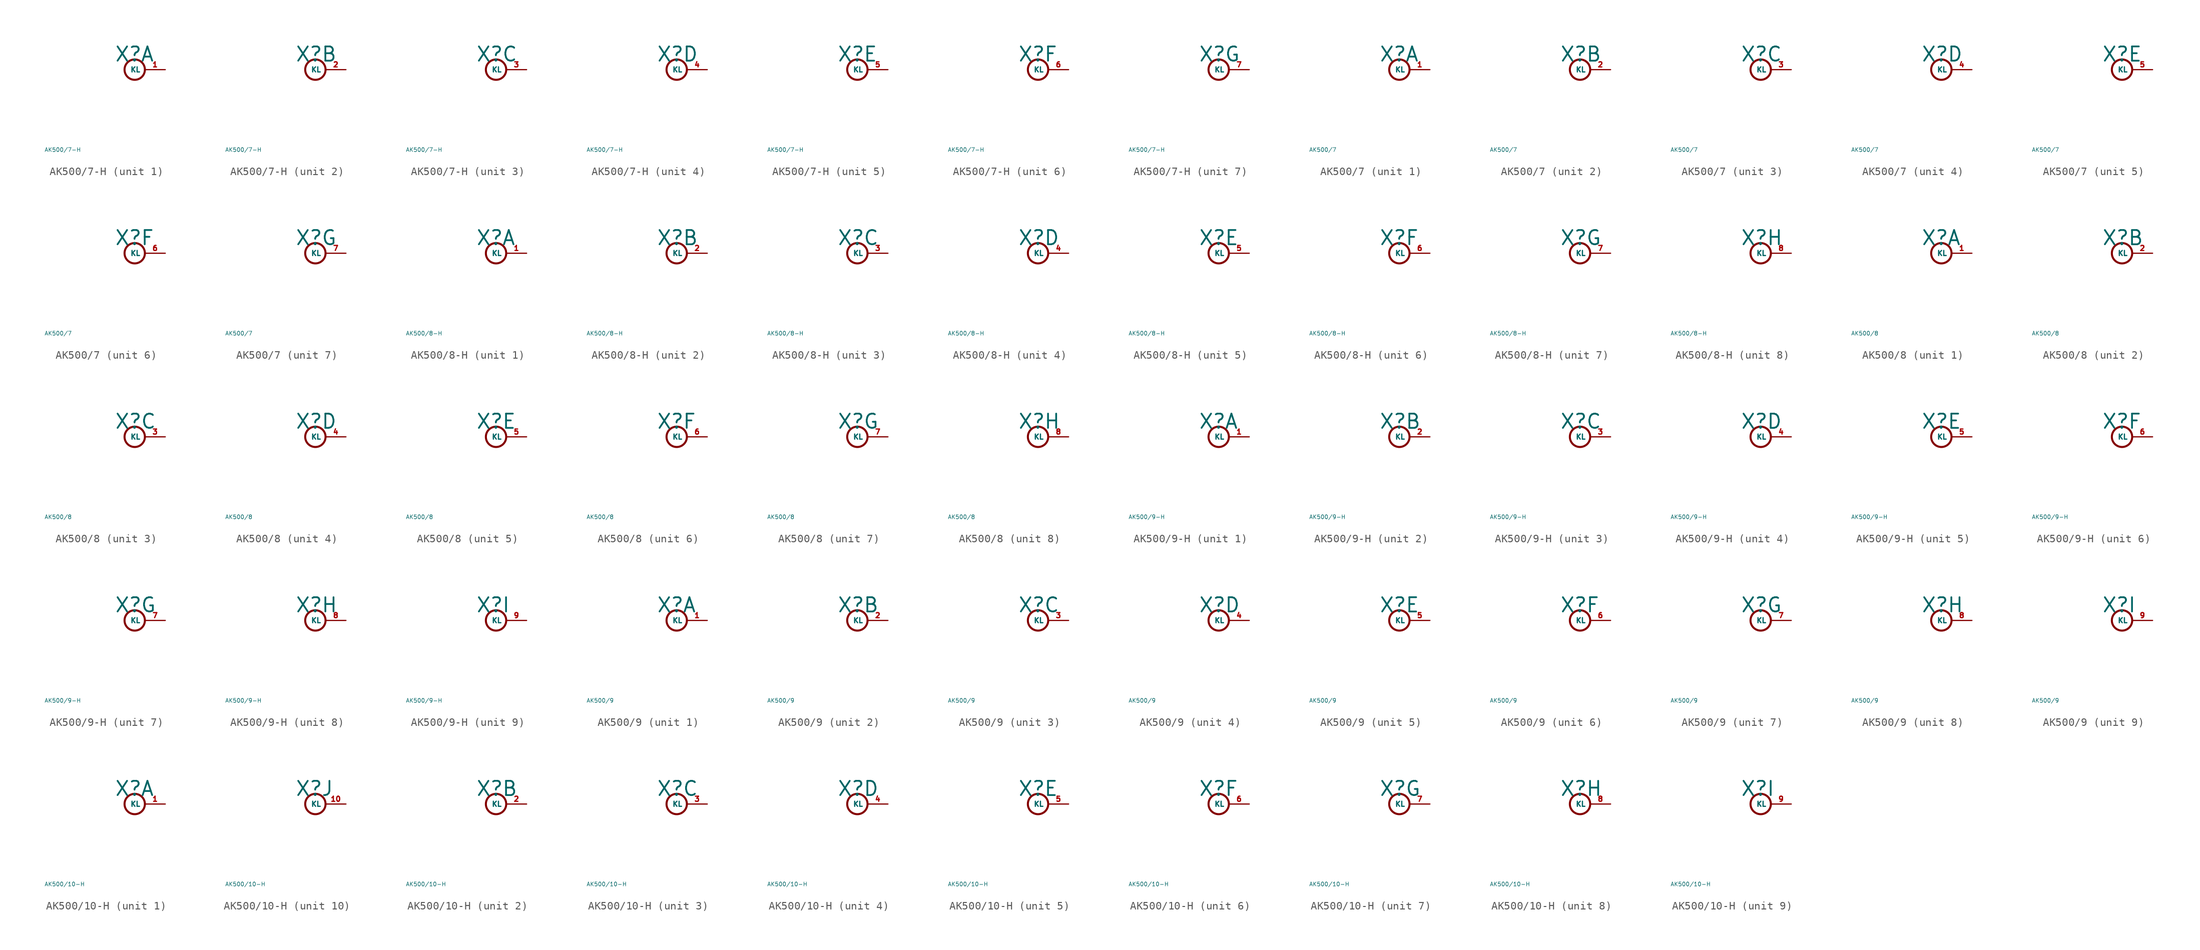
<source format=kicad_sym>
(kicad_symbol_lib
  (version 20220914)
  (generator Eagle2Kicad)
  (symbol "AK500/7-H"
    (property "Reference" "X"
      (at -1.27 0.889 0)
      (effects (font (size 1.778 1.778) (thickness 0.22)) (justify left bottom)))
    (property "Value" "AK500/7-H"
      (at -10 -10 0)
      (effects (font (size 0.5 0.5) (thickness 0.06)) (justify left)))
    (symbol "AK500/7-H_1_0"
      (circle (center 1.27 0) (radius 1.27) (stroke (width 0.254) (type default)) (fill (type none)))
      (pin passive line (at 5.08 0 180) (length 2.54) (name "KL" (effects (font (size 0.635 0.635) (thickness 0.08)) (justify left bottom))) (number "1" (effects (font (size 0.635 0.635) (thickness 0.08)) (justify left bottom)))))
    (symbol "AK500/7-H_2_0"
      (circle (center 1.27 0) (radius 1.27) (stroke (width 0.254) (type default)) (fill (type none)))
      (pin passive line (at 5.08 0 180) (length 2.54) (name "KL" (effects (font (size 0.635 0.635) (thickness 0.08)) (justify left bottom))) (number "2" (effects (font (size 0.635 0.635) (thickness 0.08)) (justify left bottom)))))
    (symbol "AK500/7-H_3_0"
      (circle (center 1.27 0) (radius 1.27) (stroke (width 0.254) (type default)) (fill (type none)))
      (pin passive line (at 5.08 0 180) (length 2.54) (name "KL" (effects (font (size 0.635 0.635) (thickness 0.08)) (justify left bottom))) (number "3" (effects (font (size 0.635 0.635) (thickness 0.08)) (justify left bottom)))))
    (symbol "AK500/7-H_4_0"
      (circle (center 1.27 0) (radius 1.27) (stroke (width 0.254) (type default)) (fill (type none)))
      (pin passive line (at 5.08 0 180) (length 2.54) (name "KL" (effects (font (size 0.635 0.635) (thickness 0.08)) (justify left bottom))) (number "4" (effects (font (size 0.635 0.635) (thickness 0.08)) (justify left bottom)))))
    (symbol "AK500/7-H_5_0"
      (circle (center 1.27 0) (radius 1.27) (stroke (width 0.254) (type default)) (fill (type none)))
      (pin passive line (at 5.08 0 180) (length 2.54) (name "KL" (effects (font (size 0.635 0.635) (thickness 0.08)) (justify left bottom))) (number "5" (effects (font (size 0.635 0.635) (thickness 0.08)) (justify left bottom)))))
    (symbol "AK500/7-H_6_0"
      (circle (center 1.27 0) (radius 1.27) (stroke (width 0.254) (type default)) (fill (type none)))
      (pin passive line (at 5.08 0 180) (length 2.54) (name "KL" (effects (font (size 0.635 0.635) (thickness 0.08)) (justify left bottom))) (number "6" (effects (font (size 0.635 0.635) (thickness 0.08)) (justify left bottom)))))
    (symbol "AK500/7-H_7_0"
      (circle (center 1.27 0) (radius 1.27) (stroke (width 0.254) (type default)) (fill (type none)))
      (pin passive line (at 5.08 0 180) (length 2.54) (name "KL" (effects (font (size 0.635 0.635) (thickness 0.08)) (justify left bottom))) (number "7" (effects (font (size 0.635 0.635) (thickness 0.08)) (justify left bottom))))))
  (symbol "AK500/7"
    (property "Reference" "X"
      (at -1.27 0.889 0)
      (effects (font (size 1.778 1.778) (thickness 0.22)) (justify left bottom)))
    (property "Value" "AK500/7"
      (at -10 -10 0)
      (effects (font (size 0.5 0.5) (thickness 0.06)) (justify left)))
    (symbol "AK500/7_1_0"
      (circle (center 1.27 0) (radius 1.27) (stroke (width 0.254) (type default)) (fill (type none)))
      (pin passive line (at 5.08 0 180) (length 2.54) (name "KL" (effects (font (size 0.635 0.635) (thickness 0.08)) (justify left bottom))) (number "1" (effects (font (size 0.635 0.635) (thickness 0.08)) (justify left bottom)))))
    (symbol "AK500/7_2_0"
      (circle (center 1.27 0) (radius 1.27) (stroke (width 0.254) (type default)) (fill (type none)))
      (pin passive line (at 5.08 0 180) (length 2.54) (name "KL" (effects (font (size 0.635 0.635) (thickness 0.08)) (justify left bottom))) (number "2" (effects (font (size 0.635 0.635) (thickness 0.08)) (justify left bottom)))))
    (symbol "AK500/7_3_0"
      (circle (center 1.27 0) (radius 1.27) (stroke (width 0.254) (type default)) (fill (type none)))
      (pin passive line (at 5.08 0 180) (length 2.54) (name "KL" (effects (font (size 0.635 0.635) (thickness 0.08)) (justify left bottom))) (number "3" (effects (font (size 0.635 0.635) (thickness 0.08)) (justify left bottom)))))
    (symbol "AK500/7_4_0"
      (circle (center 1.27 0) (radius 1.27) (stroke (width 0.254) (type default)) (fill (type none)))
      (pin passive line (at 5.08 0 180) (length 2.54) (name "KL" (effects (font (size 0.635 0.635) (thickness 0.08)) (justify left bottom))) (number "4" (effects (font (size 0.635 0.635) (thickness 0.08)) (justify left bottom)))))
    (symbol "AK500/7_5_0"
      (circle (center 1.27 0) (radius 1.27) (stroke (width 0.254) (type default)) (fill (type none)))
      (pin passive line (at 5.08 0 180) (length 2.54) (name "KL" (effects (font (size 0.635 0.635) (thickness 0.08)) (justify left bottom))) (number "5" (effects (font (size 0.635 0.635) (thickness 0.08)) (justify left bottom)))))
    (symbol "AK500/7_6_0"
      (circle (center 1.27 0) (radius 1.27) (stroke (width 0.254) (type default)) (fill (type none)))
      (pin passive line (at 5.08 0 180) (length 2.54) (name "KL" (effects (font (size 0.635 0.635) (thickness 0.08)) (justify left bottom))) (number "6" (effects (font (size 0.635 0.635) (thickness 0.08)) (justify left bottom)))))
    (symbol "AK500/7_7_0"
      (circle (center 1.27 0) (radius 1.27) (stroke (width 0.254) (type default)) (fill (type none)))
      (pin passive line (at 5.08 0 180) (length 2.54) (name "KL" (effects (font (size 0.635 0.635) (thickness 0.08)) (justify left bottom))) (number "7" (effects (font (size 0.635 0.635) (thickness 0.08)) (justify left bottom))))))
  (symbol "AK500/8-H"
    (property "Reference" "X"
      (at -1.27 0.889 0)
      (effects (font (size 1.778 1.778) (thickness 0.22)) (justify left bottom)))
    (property "Value" "AK500/8-H"
      (at -10 -10 0)
      (effects (font (size 0.5 0.5) (thickness 0.06)) (justify left)))
    (symbol "AK500/8-H_1_0"
      (circle (center 1.27 0) (radius 1.27) (stroke (width 0.254) (type default)) (fill (type none)))
      (pin passive line (at 5.08 0 180) (length 2.54) (name "KL" (effects (font (size 0.635 0.635) (thickness 0.08)) (justify left bottom))) (number "1" (effects (font (size 0.635 0.635) (thickness 0.08)) (justify left bottom)))))
    (symbol "AK500/8-H_2_0"
      (circle (center 1.27 0) (radius 1.27) (stroke (width 0.254) (type default)) (fill (type none)))
      (pin passive line (at 5.08 0 180) (length 2.54) (name "KL" (effects (font (size 0.635 0.635) (thickness 0.08)) (justify left bottom))) (number "2" (effects (font (size 0.635 0.635) (thickness 0.08)) (justify left bottom)))))
    (symbol "AK500/8-H_3_0"
      (circle (center 1.27 0) (radius 1.27) (stroke (width 0.254) (type default)) (fill (type none)))
      (pin passive line (at 5.08 0 180) (length 2.54) (name "KL" (effects (font (size 0.635 0.635) (thickness 0.08)) (justify left bottom))) (number "3" (effects (font (size 0.635 0.635) (thickness 0.08)) (justify left bottom)))))
    (symbol "AK500/8-H_4_0"
      (circle (center 1.27 0) (radius 1.27) (stroke (width 0.254) (type default)) (fill (type none)))
      (pin passive line (at 5.08 0 180) (length 2.54) (name "KL" (effects (font (size 0.635 0.635) (thickness 0.08)) (justify left bottom))) (number "4" (effects (font (size 0.635 0.635) (thickness 0.08)) (justify left bottom)))))
    (symbol "AK500/8-H_5_0"
      (circle (center 1.27 0) (radius 1.27) (stroke (width 0.254) (type default)) (fill (type none)))
      (pin passive line (at 5.08 0 180) (length 2.54) (name "KL" (effects (font (size 0.635 0.635) (thickness 0.08)) (justify left bottom))) (number "5" (effects (font (size 0.635 0.635) (thickness 0.08)) (justify left bottom)))))
    (symbol "AK500/8-H_6_0"
      (circle (center 1.27 0) (radius 1.27) (stroke (width 0.254) (type default)) (fill (type none)))
      (pin passive line (at 5.08 0 180) (length 2.54) (name "KL" (effects (font (size 0.635 0.635) (thickness 0.08)) (justify left bottom))) (number "6" (effects (font (size 0.635 0.635) (thickness 0.08)) (justify left bottom)))))
    (symbol "AK500/8-H_7_0"
      (circle (center 1.27 0) (radius 1.27) (stroke (width 0.254) (type default)) (fill (type none)))
      (pin passive line (at 5.08 0 180) (length 2.54) (name "KL" (effects (font (size 0.635 0.635) (thickness 0.08)) (justify left bottom))) (number "7" (effects (font (size 0.635 0.635) (thickness 0.08)) (justify left bottom)))))
    (symbol "AK500/8-H_8_0"
      (circle (center 1.27 0) (radius 1.27) (stroke (width 0.254) (type default)) (fill (type none)))
      (pin passive line (at 5.08 0 180) (length 2.54) (name "KL" (effects (font (size 0.635 0.635) (thickness 0.08)) (justify left bottom))) (number "8" (effects (font (size 0.635 0.635) (thickness 0.08)) (justify left bottom))))))
  (symbol "AK500/8"
    (property "Reference" "X"
      (at -1.27 0.889 0)
      (effects (font (size 1.778 1.778) (thickness 0.22)) (justify left bottom)))
    (property "Value" "AK500/8"
      (at -10 -10 0)
      (effects (font (size 0.5 0.5) (thickness 0.06)) (justify left)))
    (symbol "AK500/8_1_0"
      (circle (center 1.27 0) (radius 1.27) (stroke (width 0.254) (type default)) (fill (type none)))
      (pin passive line (at 5.08 0 180) (length 2.54) (name "KL" (effects (font (size 0.635 0.635) (thickness 0.08)) (justify left bottom))) (number "1" (effects (font (size 0.635 0.635) (thickness 0.08)) (justify left bottom)))))
    (symbol "AK500/8_2_0"
      (circle (center 1.27 0) (radius 1.27) (stroke (width 0.254) (type default)) (fill (type none)))
      (pin passive line (at 5.08 0 180) (length 2.54) (name "KL" (effects (font (size 0.635 0.635) (thickness 0.08)) (justify left bottom))) (number "2" (effects (font (size 0.635 0.635) (thickness 0.08)) (justify left bottom)))))
    (symbol "AK500/8_3_0"
      (circle (center 1.27 0) (radius 1.27) (stroke (width 0.254) (type default)) (fill (type none)))
      (pin passive line (at 5.08 0 180) (length 2.54) (name "KL" (effects (font (size 0.635 0.635) (thickness 0.08)) (justify left bottom))) (number "3" (effects (font (size 0.635 0.635) (thickness 0.08)) (justify left bottom)))))
    (symbol "AK500/8_4_0"
      (circle (center 1.27 0) (radius 1.27) (stroke (width 0.254) (type default)) (fill (type none)))
      (pin passive line (at 5.08 0 180) (length 2.54) (name "KL" (effects (font (size 0.635 0.635) (thickness 0.08)) (justify left bottom))) (number "4" (effects (font (size 0.635 0.635) (thickness 0.08)) (justify left bottom)))))
    (symbol "AK500/8_5_0"
      (circle (center 1.27 0) (radius 1.27) (stroke (width 0.254) (type default)) (fill (type none)))
      (pin passive line (at 5.08 0 180) (length 2.54) (name "KL" (effects (font (size 0.635 0.635) (thickness 0.08)) (justify left bottom))) (number "5" (effects (font (size 0.635 0.635) (thickness 0.08)) (justify left bottom)))))
    (symbol "AK500/8_6_0"
      (circle (center 1.27 0) (radius 1.27) (stroke (width 0.254) (type default)) (fill (type none)))
      (pin passive line (at 5.08 0 180) (length 2.54) (name "KL" (effects (font (size 0.635 0.635) (thickness 0.08)) (justify left bottom))) (number "6" (effects (font (size 0.635 0.635) (thickness 0.08)) (justify left bottom)))))
    (symbol "AK500/8_7_0"
      (circle (center 1.27 0) (radius 1.27) (stroke (width 0.254) (type default)) (fill (type none)))
      (pin passive line (at 5.08 0 180) (length 2.54) (name "KL" (effects (font (size 0.635 0.635) (thickness 0.08)) (justify left bottom))) (number "7" (effects (font (size 0.635 0.635) (thickness 0.08)) (justify left bottom)))))
    (symbol "AK500/8_8_0"
      (circle (center 1.27 0) (radius 1.27) (stroke (width 0.254) (type default)) (fill (type none)))
      (pin passive line (at 5.08 0 180) (length 2.54) (name "KL" (effects (font (size 0.635 0.635) (thickness 0.08)) (justify left bottom))) (number "8" (effects (font (size 0.635 0.635) (thickness 0.08)) (justify left bottom))))))
  (symbol "AK500/9-H"
    (property "Reference" "X"
      (at -1.27 0.889 0)
      (effects (font (size 1.778 1.778) (thickness 0.22)) (justify left bottom)))
    (property "Value" "AK500/9-H"
      (at -10 -10 0)
      (effects (font (size 0.5 0.5) (thickness 0.06)) (justify left)))
    (symbol "AK500/9-H_1_0"
      (circle (center 1.27 0) (radius 1.27) (stroke (width 0.254) (type default)) (fill (type none)))
      (pin passive line (at 5.08 0 180) (length 2.54) (name "KL" (effects (font (size 0.635 0.635) (thickness 0.08)) (justify left bottom))) (number "1" (effects (font (size 0.635 0.635) (thickness 0.08)) (justify left bottom)))))
    (symbol "AK500/9-H_2_0"
      (circle (center 1.27 0) (radius 1.27) (stroke (width 0.254) (type default)) (fill (type none)))
      (pin passive line (at 5.08 0 180) (length 2.54) (name "KL" (effects (font (size 0.635 0.635) (thickness 0.08)) (justify left bottom))) (number "2" (effects (font (size 0.635 0.635) (thickness 0.08)) (justify left bottom)))))
    (symbol "AK500/9-H_3_0"
      (circle (center 1.27 0) (radius 1.27) (stroke (width 0.254) (type default)) (fill (type none)))
      (pin passive line (at 5.08 0 180) (length 2.54) (name "KL" (effects (font (size 0.635 0.635) (thickness 0.08)) (justify left bottom))) (number "3" (effects (font (size 0.635 0.635) (thickness 0.08)) (justify left bottom)))))
    (symbol "AK500/9-H_4_0"
      (circle (center 1.27 0) (radius 1.27) (stroke (width 0.254) (type default)) (fill (type none)))
      (pin passive line (at 5.08 0 180) (length 2.54) (name "KL" (effects (font (size 0.635 0.635) (thickness 0.08)) (justify left bottom))) (number "4" (effects (font (size 0.635 0.635) (thickness 0.08)) (justify left bottom)))))
    (symbol "AK500/9-H_5_0"
      (circle (center 1.27 0) (radius 1.27) (stroke (width 0.254) (type default)) (fill (type none)))
      (pin passive line (at 5.08 0 180) (length 2.54) (name "KL" (effects (font (size 0.635 0.635) (thickness 0.08)) (justify left bottom))) (number "5" (effects (font (size 0.635 0.635) (thickness 0.08)) (justify left bottom)))))
    (symbol "AK500/9-H_6_0"
      (circle (center 1.27 0) (radius 1.27) (stroke (width 0.254) (type default)) (fill (type none)))
      (pin passive line (at 5.08 0 180) (length 2.54) (name "KL" (effects (font (size 0.635 0.635) (thickness 0.08)) (justify left bottom))) (number "6" (effects (font (size 0.635 0.635) (thickness 0.08)) (justify left bottom)))))
    (symbol "AK500/9-H_7_0"
      (circle (center 1.27 0) (radius 1.27) (stroke (width 0.254) (type default)) (fill (type none)))
      (pin passive line (at 5.08 0 180) (length 2.54) (name "KL" (effects (font (size 0.635 0.635) (thickness 0.08)) (justify left bottom))) (number "7" (effects (font (size 0.635 0.635) (thickness 0.08)) (justify left bottom)))))
    (symbol "AK500/9-H_8_0"
      (circle (center 1.27 0) (radius 1.27) (stroke (width 0.254) (type default)) (fill (type none)))
      (pin passive line (at 5.08 0 180) (length 2.54) (name "KL" (effects (font (size 0.635 0.635) (thickness 0.08)) (justify left bottom))) (number "8" (effects (font (size 0.635 0.635) (thickness 0.08)) (justify left bottom)))))
    (symbol "AK500/9-H_9_0"
      (circle (center 1.27 0) (radius 1.27) (stroke (width 0.254) (type default)) (fill (type none)))
      (pin passive line (at 5.08 0 180) (length 2.54) (name "KL" (effects (font (size 0.635 0.635) (thickness 0.08)) (justify left bottom))) (number "9" (effects (font (size 0.635 0.635) (thickness 0.08)) (justify left bottom))))))
  (symbol "AK500/9"
    (property "Reference" "X"
      (at -1.27 0.889 0)
      (effects (font (size 1.778 1.778) (thickness 0.22)) (justify left bottom)))
    (property "Value" "AK500/9"
      (at -10 -10 0)
      (effects (font (size 0.5 0.5) (thickness 0.06)) (justify left)))
    (symbol "AK500/9_1_0"
      (circle (center 1.27 0) (radius 1.27) (stroke (width 0.254) (type default)) (fill (type none)))
      (pin passive line (at 5.08 0 180) (length 2.54) (name "KL" (effects (font (size 0.635 0.635) (thickness 0.08)) (justify left bottom))) (number "1" (effects (font (size 0.635 0.635) (thickness 0.08)) (justify left bottom)))))
    (symbol "AK500/9_2_0"
      (circle (center 1.27 0) (radius 1.27) (stroke (width 0.254) (type default)) (fill (type none)))
      (pin passive line (at 5.08 0 180) (length 2.54) (name "KL" (effects (font (size 0.635 0.635) (thickness 0.08)) (justify left bottom))) (number "2" (effects (font (size 0.635 0.635) (thickness 0.08)) (justify left bottom)))))
    (symbol "AK500/9_3_0"
      (circle (center 1.27 0) (radius 1.27) (stroke (width 0.254) (type default)) (fill (type none)))
      (pin passive line (at 5.08 0 180) (length 2.54) (name "KL" (effects (font (size 0.635 0.635) (thickness 0.08)) (justify left bottom))) (number "3" (effects (font (size 0.635 0.635) (thickness 0.08)) (justify left bottom)))))
    (symbol "AK500/9_4_0"
      (circle (center 1.27 0) (radius 1.27) (stroke (width 0.254) (type default)) (fill (type none)))
      (pin passive line (at 5.08 0 180) (length 2.54) (name "KL" (effects (font (size 0.635 0.635) (thickness 0.08)) (justify left bottom))) (number "4" (effects (font (size 0.635 0.635) (thickness 0.08)) (justify left bottom)))))
    (symbol "AK500/9_5_0"
      (circle (center 1.27 0) (radius 1.27) (stroke (width 0.254) (type default)) (fill (type none)))
      (pin passive line (at 5.08 0 180) (length 2.54) (name "KL" (effects (font (size 0.635 0.635) (thickness 0.08)) (justify left bottom))) (number "5" (effects (font (size 0.635 0.635) (thickness 0.08)) (justify left bottom)))))
    (symbol "AK500/9_6_0"
      (circle (center 1.27 0) (radius 1.27) (stroke (width 0.254) (type default)) (fill (type none)))
      (pin passive line (at 5.08 0 180) (length 2.54) (name "KL" (effects (font (size 0.635 0.635) (thickness 0.08)) (justify left bottom))) (number "6" (effects (font (size 0.635 0.635) (thickness 0.08)) (justify left bottom)))))
    (symbol "AK500/9_7_0"
      (circle (center 1.27 0) (radius 1.27) (stroke (width 0.254) (type default)) (fill (type none)))
      (pin passive line (at 5.08 0 180) (length 2.54) (name "KL" (effects (font (size 0.635 0.635) (thickness 0.08)) (justify left bottom))) (number "7" (effects (font (size 0.635 0.635) (thickness 0.08)) (justify left bottom)))))
    (symbol "AK500/9_8_0"
      (circle (center 1.27 0) (radius 1.27) (stroke (width 0.254) (type default)) (fill (type none)))
      (pin passive line (at 5.08 0 180) (length 2.54) (name "KL" (effects (font (size 0.635 0.635) (thickness 0.08)) (justify left bottom))) (number "8" (effects (font (size 0.635 0.635) (thickness 0.08)) (justify left bottom)))))
    (symbol "AK500/9_9_0"
      (circle (center 1.27 0) (radius 1.27) (stroke (width 0.254) (type default)) (fill (type none)))
      (pin passive line (at 5.08 0 180) (length 2.54) (name "KL" (effects (font (size 0.635 0.635) (thickness 0.08)) (justify left bottom))) (number "9" (effects (font (size 0.635 0.635) (thickness 0.08)) (justify left bottom))))))
  (symbol "AK500/10-H"
    (property "Reference" "X"
      (at -1.27 0.889 0)
      (effects (font (size 1.778 1.778) (thickness 0.22)) (justify left bottom)))
    (property "Value" "AK500/10-H"
      (at -10 -10 0)
      (effects (font (size 0.5 0.5) (thickness 0.06)) (justify left)))
    (symbol "AK500/10-H_1_0"
      (circle (center 1.27 0) (radius 1.27) (stroke (width 0.254) (type default)) (fill (type none)))
      (pin passive line (at 5.08 0 180) (length 2.54) (name "KL" (effects (font (size 0.635 0.635) (thickness 0.08)) (justify left bottom))) (number "1" (effects (font (size 0.635 0.635) (thickness 0.08)) (justify left bottom)))))
    (symbol "AK500/10-H_2_0"
      (circle (center 1.27 0) (radius 1.27) (stroke (width 0.254) (type default)) (fill (type none)))
      (pin passive line (at 5.08 0 180) (length 2.54) (name "KL" (effects (font (size 0.635 0.635) (thickness 0.08)) (justify left bottom))) (number "2" (effects (font (size 0.635 0.635) (thickness 0.08)) (justify left bottom)))))
    (symbol "AK500/10-H_3_0"
      (circle (center 1.27 0) (radius 1.27) (stroke (width 0.254) (type default)) (fill (type none)))
      (pin passive line (at 5.08 0 180) (length 2.54) (name "KL" (effects (font (size 0.635 0.635) (thickness 0.08)) (justify left bottom))) (number "3" (effects (font (size 0.635 0.635) (thickness 0.08)) (justify left bottom)))))
    (symbol "AK500/10-H_4_0"
      (circle (center 1.27 0) (radius 1.27) (stroke (width 0.254) (type default)) (fill (type none)))
      (pin passive line (at 5.08 0 180) (length 2.54) (name "KL" (effects (font (size 0.635 0.635) (thickness 0.08)) (justify left bottom))) (number "4" (effects (font (size 0.635 0.635) (thickness 0.08)) (justify left bottom)))))
    (symbol "AK500/10-H_5_0"
      (circle (center 1.27 0) (radius 1.27) (stroke (width 0.254) (type default)) (fill (type none)))
      (pin passive line (at 5.08 0 180) (length 2.54) (name "KL" (effects (font (size 0.635 0.635) (thickness 0.08)) (justify left bottom))) (number "5" (effects (font (size 0.635 0.635) (thickness 0.08)) (justify left bottom)))))
    (symbol "AK500/10-H_6_0"
      (circle (center 1.27 0) (radius 1.27) (stroke (width 0.254) (type default)) (fill (type none)))
      (pin passive line (at 5.08 0 180) (length 2.54) (name "KL" (effects (font (size 0.635 0.635) (thickness 0.08)) (justify left bottom))) (number "6" (effects (font (size 0.635 0.635) (thickness 0.08)) (justify left bottom)))))
    (symbol "AK500/10-H_7_0"
      (circle (center 1.27 0) (radius 1.27) (stroke (width 0.254) (type default)) (fill (type none)))
      (pin passive line (at 5.08 0 180) (length 2.54) (name "KL" (effects (font (size 0.635 0.635) (thickness 0.08)) (justify left bottom))) (number "7" (effects (font (size 0.635 0.635) (thickness 0.08)) (justify left bottom)))))
    (symbol "AK500/10-H_8_0"
      (circle (center 1.27 0) (radius 1.27) (stroke (width 0.254) (type default)) (fill (type none)))
      (pin passive line (at 5.08 0 180) (length 2.54) (name "KL" (effects (font (size 0.635 0.635) (thickness 0.08)) (justify left bottom))) (number "8" (effects (font (size 0.635 0.635) (thickness 0.08)) (justify left bottom)))))
    (symbol "AK500/10-H_9_0"
      (circle (center 1.27 0) (radius 1.27) (stroke (width 0.254) (type default)) (fill (type none)))
      (pin passive line (at 5.08 0 180) (length 2.54) (name "KL" (effects (font (size 0.635 0.635) (thickness 0.08)) (justify left bottom))) (number "9" (effects (font (size 0.635 0.635) (thickness 0.08)) (justify left bottom)))))
    (symbol "AK500/10-H_10_0"
      (circle (center 1.27 0) (radius 1.27) (stroke (width 0.254) (type default)) (fill (type none)))
      (pin passive line (at 5.08 0 180) (length 2.54) (name "KL" (effects (font (size 0.635 0.635) (thickness 0.08)) (justify left bottom))) (number "10" (effects (font (size 0.635 0.635) (thickness 0.08)) (justify left bottom)))))))
</source>
